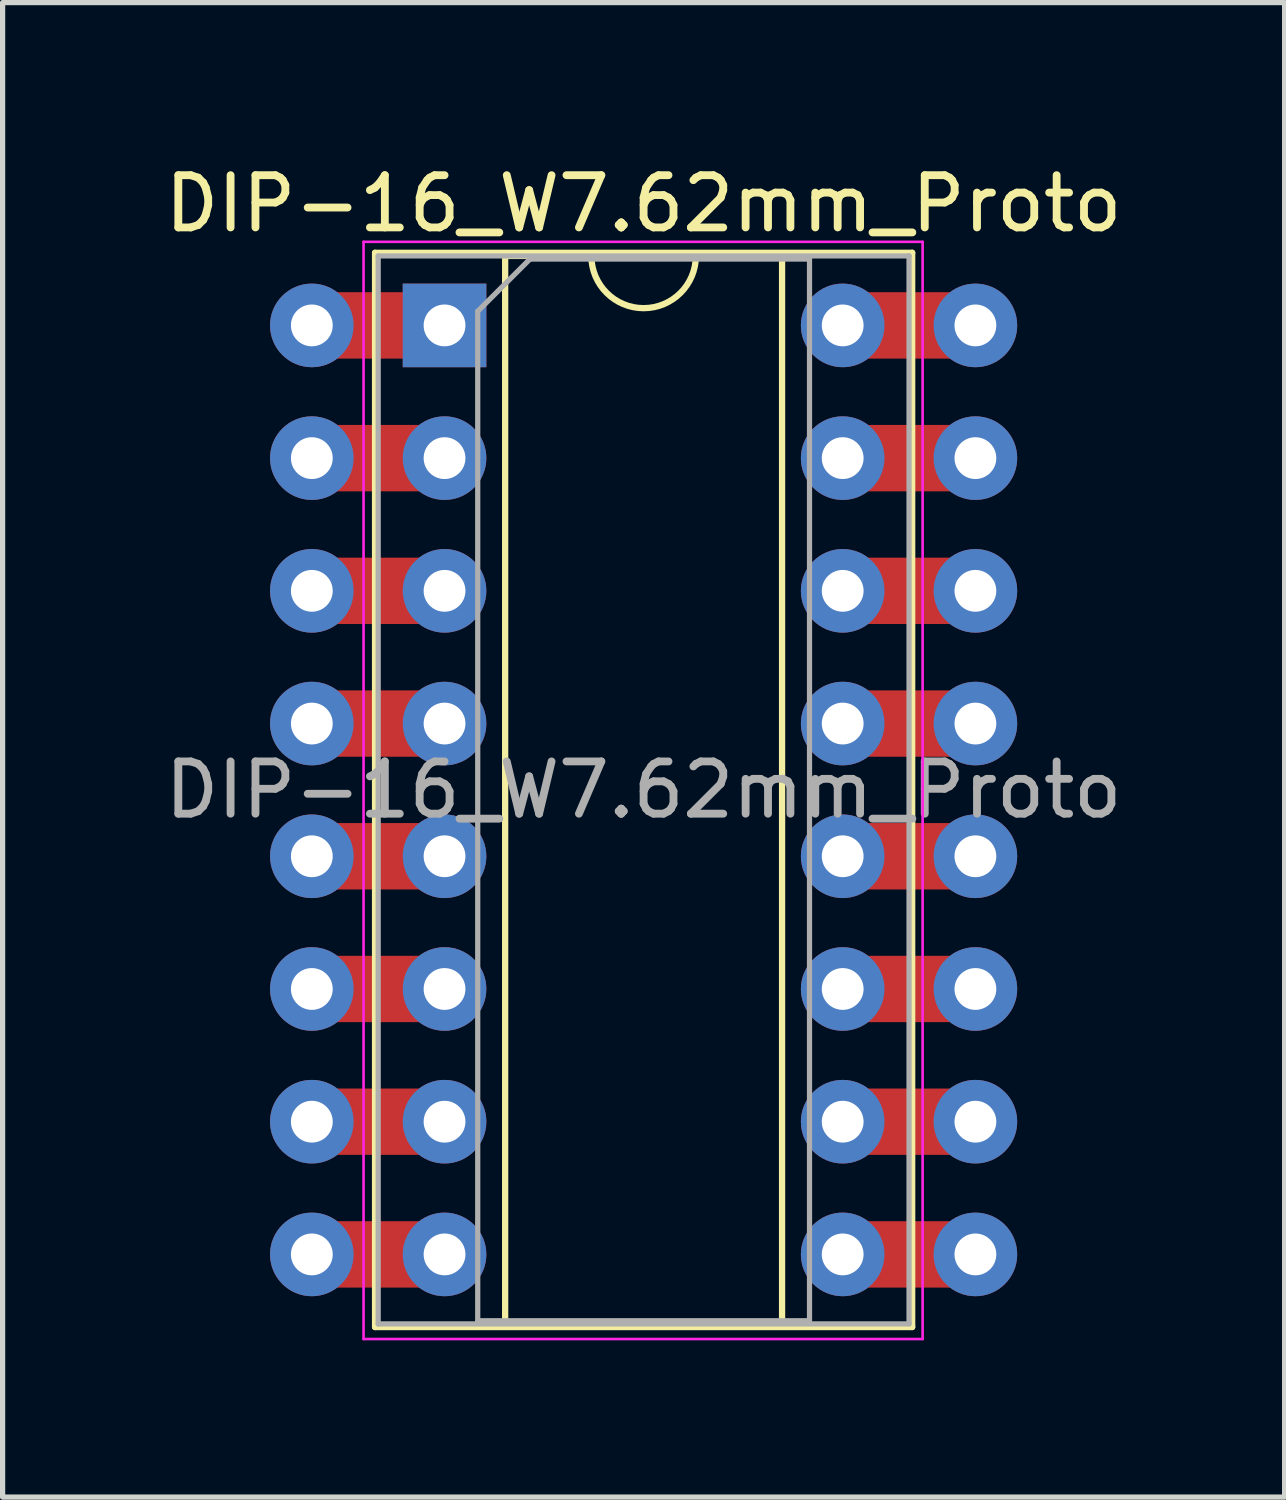
<source format=kicad_pcb>
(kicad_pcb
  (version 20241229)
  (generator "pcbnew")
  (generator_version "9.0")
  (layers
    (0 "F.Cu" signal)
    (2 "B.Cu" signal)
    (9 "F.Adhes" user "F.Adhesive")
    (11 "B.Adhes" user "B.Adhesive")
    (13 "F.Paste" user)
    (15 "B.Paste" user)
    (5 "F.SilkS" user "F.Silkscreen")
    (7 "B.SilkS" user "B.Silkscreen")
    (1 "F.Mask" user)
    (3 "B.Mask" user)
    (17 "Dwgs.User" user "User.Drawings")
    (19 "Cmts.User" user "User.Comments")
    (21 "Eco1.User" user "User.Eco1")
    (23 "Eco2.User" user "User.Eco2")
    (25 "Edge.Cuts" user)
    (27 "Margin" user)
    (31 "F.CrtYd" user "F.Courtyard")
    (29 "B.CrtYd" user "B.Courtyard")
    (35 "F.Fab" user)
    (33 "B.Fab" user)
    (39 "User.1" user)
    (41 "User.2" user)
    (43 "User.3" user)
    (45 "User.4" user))
  (footprint "DIP-16_W7.62mm_Proto"
    (layer "F.Cu")
    (at 5.458 3.178)
    (property "Reference" "DIP-16_W7.62mm_Proto" (at 3.81 -2.33 0) (layer "F.SilkS") (effects (font (size 1 1) (thickness 0.15))))
    (attr through_hole)
    (fp_line (start 0 0) (end -2.54 0) (stroke (width 1.27) (type solid)) (layer "F.Cu"))
    (fp_line (start 0 2.54) (end -2.54 2.54) (stroke (width 1.27) (type solid)) (layer "F.Cu"))
    (fp_line (start 0 5.08) (end -2.54 5.08) (stroke (width 1.27) (type solid)) (layer "F.Cu"))
    (fp_line (start 0 7.62) (end -2.54 7.62) (stroke (width 1.27) (type solid)) (layer "F.Cu"))
    (fp_line (start 0 10.16) (end -2.54 10.16) (stroke (width 1.27) (type solid)) (layer "F.Cu"))
    (fp_line (start 0 12.7) (end -2.54 12.7) (stroke (width 1.27) (type solid)) (layer "F.Cu"))
    (fp_line (start 0 15.24) (end -2.54 15.24) (stroke (width 1.27) (type solid)) (layer "F.Cu"))
    (fp_line (start 0 17.78) (end -2.54 17.78) (stroke (width 1.27) (type solid)) (layer "F.Cu"))
    (fp_line (start 10.16 0) (end 7.62 0) (stroke (width 1.27) (type solid)) (layer "F.Cu"))
    (fp_line (start 10.16 2.54) (end 7.62 2.54) (stroke (width 1.27) (type solid)) (layer "F.Cu"))
    (fp_line (start 10.16 5.08) (end 7.62 5.08) (stroke (width 1.27) (type solid)) (layer "F.Cu"))
    (fp_line (start 10.16 7.62) (end 7.62 7.62) (stroke (width 1.27) (type solid)) (layer "F.Cu"))
    (fp_line (start 10.16 10.16) (end 7.62 10.16) (stroke (width 1.27) (type solid)) (layer "F.Cu"))
    (fp_line (start 10.16 12.7) (end 7.62 12.7) (stroke (width 1.27) (type solid)) (layer "F.Cu"))
    (fp_line (start 10.16 15.24) (end 7.62 15.24) (stroke (width 1.27) (type solid)) (layer "F.Cu"))
    (fp_line (start 10.16 17.78) (end 7.62 17.78) (stroke (width 1.27) (type solid)) (layer "F.Cu"))
    (fp_line (start -1.33 -1.39) (end -1.33 19.17) (stroke (width 0.12) (type solid)) (layer "F.SilkS"))
    (fp_line (start -1.33 19.17) (end 8.95 19.17) (stroke (width 0.12) (type solid)) (layer "F.SilkS"))
    (fp_line (start 1.16 -1.33) (end 1.16 19.11) (stroke (width 0.12) (type solid)) (layer "F.SilkS"))
    (fp_line (start 1.16 19.11) (end 6.46 19.11) (stroke (width 0.12) (type solid)) (layer "F.SilkS"))
    (fp_line (start 2.81 -1.33) (end 1.16 -1.33) (stroke (width 0.12) (type solid)) (layer "F.SilkS"))
    (fp_line (start 6.46 -1.33) (end 4.81 -1.33) (stroke (width 0.12) (type solid)) (layer "F.SilkS"))
    (fp_line (start 6.46 19.11) (end 6.46 -1.33) (stroke (width 0.12) (type solid)) (layer "F.SilkS"))
    (fp_line (start 8.95 -1.39) (end -1.33 -1.39) (stroke (width 0.12) (type solid)) (layer "F.SilkS"))
    (fp_line (start 8.95 19.17) (end 8.95 -1.39) (stroke (width 0.12) (type solid)) (layer "F.SilkS"))
    (fp_arc (start 4.81 -1.33) (mid 3.81 -0.33) (end 2.81 -1.33) (stroke (width 0.12) (type solid)) (layer "F.SilkS"))
    (fp_line (start -1.55 -1.6) (end -1.55 19.4) (stroke (width 0.05) (type solid)) (layer "F.CrtYd"))
    (fp_line (start -1.55 19.4) (end 9.15 19.4) (stroke (width 0.05) (type solid)) (layer "F.CrtYd"))
    (fp_line (start 9.15 -1.6) (end -1.55 -1.6) (stroke (width 0.05) (type solid)) (layer "F.CrtYd"))
    (fp_line (start 9.15 19.4) (end 9.15 -1.6) (stroke (width 0.05) (type solid)) (layer "F.CrtYd"))
    (fp_line (start -1.27 -1.33) (end -1.27 19.11) (stroke (width 0.1) (type solid)) (layer "F.Fab"))
    (fp_line (start -1.27 19.11) (end 8.89 19.11) (stroke (width 0.1) (type solid)) (layer "F.Fab"))
    (fp_line (start 0.635 -0.27) (end 1.635 -1.27) (stroke (width 0.1) (type solid)) (layer "F.Fab"))
    (fp_line (start 0.635 19.05) (end 0.635 -0.27) (stroke (width 0.1) (type solid)) (layer "F.Fab"))
    (fp_line (start 1.635 -1.27) (end 6.985 -1.27) (stroke (width 0.1) (type solid)) (layer "F.Fab"))
    (fp_line (start 6.985 -1.27) (end 6.985 19.05) (stroke (width 0.1) (type solid)) (layer "F.Fab"))
    (fp_line (start 6.985 19.05) (end 0.635 19.05) (stroke (width 0.1) (type solid)) (layer "F.Fab"))
    (fp_line (start 8.89 -1.33) (end -1.27 -1.33) (stroke (width 0.1) (type solid)) (layer "F.Fab"))
    (fp_line (start 8.89 19.11) (end 8.89 -1.33) (stroke (width 0.1) (type solid)) (layer "F.Fab"))
    (fp_text user "${REFERENCE}" (at 3.81 8.89 0) (layer "F.Fab") (effects (font (size 1 1) (thickness 0.15))))
    (pad "1" thru_hole rect (at 0 0) (size 1.6 1.6) (drill 0.8) (layers "*.Cu" "*.Mask"))
    (pad "2" thru_hole oval (at 0 2.54) (size 1.6 1.6) (drill 0.8) (layers "*.Cu" "*.Mask"))
    (pad "3" thru_hole oval (at 0 5.08) (size 1.6 1.6) (drill 0.8) (layers "*.Cu" "*.Mask"))
    (pad "4" thru_hole oval (at 0 7.62) (size 1.6 1.6) (drill 0.8) (layers "*.Cu" "*.Mask"))
    (pad "5" thru_hole oval (at 0 10.16) (size 1.6 1.6) (drill 0.8) (layers "*.Cu" "*.Mask"))
    (pad "6" thru_hole oval (at 0 12.7) (size 1.6 1.6) (drill 0.8) (layers "*.Cu" "*.Mask"))
    (pad "7" thru_hole oval (at 0 15.24) (size 1.6 1.6) (drill 0.8) (layers "*.Cu" "*.Mask"))
    (pad "8" thru_hole oval (at 0 17.78) (size 1.6 1.6) (drill 0.8) (layers "*.Cu" "*.Mask"))
    (pad "9" thru_hole oval (at 7.62 17.78) (size 1.6 1.6) (drill 0.8) (layers "*.Cu" "*.Mask"))
    (pad "10" thru_hole oval (at 7.62 15.24) (size 1.6 1.6) (drill 0.8) (layers "*.Cu" "*.Mask"))
    (pad "11" thru_hole oval (at 7.62 12.7) (size 1.6 1.6) (drill 0.8) (layers "*.Cu" "*.Mask"))
    (pad "12" thru_hole oval (at 7.62 10.16) (size 1.6 1.6) (drill 0.8) (layers "*.Cu" "*.Mask"))
    (pad "13" thru_hole oval (at 7.62 7.62) (size 1.6 1.6) (drill 0.8) (layers "*.Cu" "*.Mask"))
    (pad "14" thru_hole oval (at 7.62 5.08) (size 1.6 1.6) (drill 0.8) (layers "*.Cu" "*.Mask"))
    (pad "15" thru_hole oval (at 7.62 2.54) (size 1.6 1.6) (drill 0.8) (layers "*.Cu" "*.Mask"))
    (pad "16" thru_hole oval (at 7.62 0) (size 1.6 1.6) (drill 0.8) (layers "*.Cu" "*.Mask"))
    (pad "17" thru_hole oval (at -2.54 0) (size 1.6 1.6) (drill 0.8) (layers "*.Cu" "*.Mask"))
    (pad "18" thru_hole oval (at 10.16 0) (size 1.6 1.6) (drill 0.8) (layers "*.Cu" "*.Mask"))
    (pad "21" thru_hole oval (at -2.54 2.54) (size 1.6 1.6) (drill 0.8) (layers "*.Cu" "*.Mask"))
    (pad "22" thru_hole oval (at 10.16 2.54) (size 1.6 1.6) (drill 0.8) (layers "*.Cu" "*.Mask"))
    (pad "25" thru_hole oval (at -2.54 5.08) (size 1.6 1.6) (drill 0.8) (layers "*.Cu" "*.Mask"))
    (pad "26" thru_hole oval (at 10.16 5.08) (size 1.6 1.6) (drill 0.8) (layers "*.Cu" "*.Mask"))
    (pad "29" thru_hole oval (at -2.54 7.62) (size 1.6 1.6) (drill 0.8) (layers "*.Cu" "*.Mask"))
    (pad "30" thru_hole oval (at 10.16 7.62) (size 1.6 1.6) (drill 0.8) (layers "*.Cu" "*.Mask"))
    (pad "33" thru_hole oval (at -2.54 10.16) (size 1.6 1.6) (drill 0.8) (layers "*.Cu" "*.Mask"))
    (pad "34" thru_hole oval (at 10.16 10.16) (size 1.6 1.6) (drill 0.8) (layers "*.Cu" "*.Mask"))
    (pad "37" thru_hole oval (at -2.54 12.7) (size 1.6 1.6) (drill 0.8) (layers "*.Cu" "*.Mask"))
    (pad "38" thru_hole oval (at 10.16 12.7) (size 1.6 1.6) (drill 0.8) (layers "*.Cu" "*.Mask"))
    (pad "41" thru_hole oval (at -2.54 15.24) (size 1.6 1.6) (drill 0.8) (layers "*.Cu" "*.Mask"))
    (pad "42" thru_hole oval (at 10.16 15.24) (size 1.6 1.6) (drill 0.8) (layers "*.Cu" "*.Mask"))
    (pad "45" thru_hole oval (at -2.54 17.78) (size 1.6 1.6) (drill 0.8) (layers "*.Cu" "*.Mask"))
    (pad "46" thru_hole oval (at 10.16 17.78) (size 1.6 1.6) (drill 0.8) (layers "*.Cu" "*.Mask")))
  (gr_rect
    (start -3 -3)
    (end 21.536 25.603)
    (stroke (width 0.1) (type default))
    (fill no)
    (layer "Edge.Cuts")))
</source>
